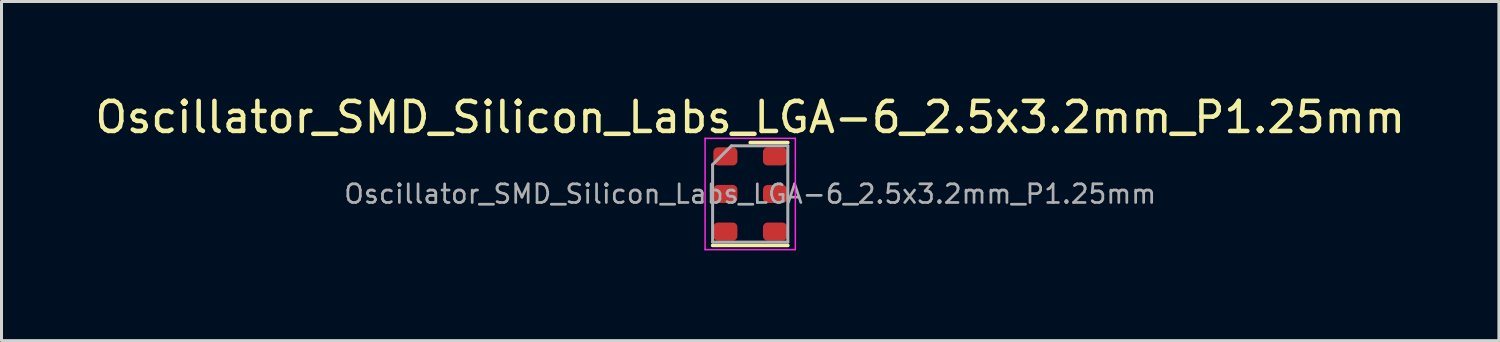
<source format=kicad_pcb>
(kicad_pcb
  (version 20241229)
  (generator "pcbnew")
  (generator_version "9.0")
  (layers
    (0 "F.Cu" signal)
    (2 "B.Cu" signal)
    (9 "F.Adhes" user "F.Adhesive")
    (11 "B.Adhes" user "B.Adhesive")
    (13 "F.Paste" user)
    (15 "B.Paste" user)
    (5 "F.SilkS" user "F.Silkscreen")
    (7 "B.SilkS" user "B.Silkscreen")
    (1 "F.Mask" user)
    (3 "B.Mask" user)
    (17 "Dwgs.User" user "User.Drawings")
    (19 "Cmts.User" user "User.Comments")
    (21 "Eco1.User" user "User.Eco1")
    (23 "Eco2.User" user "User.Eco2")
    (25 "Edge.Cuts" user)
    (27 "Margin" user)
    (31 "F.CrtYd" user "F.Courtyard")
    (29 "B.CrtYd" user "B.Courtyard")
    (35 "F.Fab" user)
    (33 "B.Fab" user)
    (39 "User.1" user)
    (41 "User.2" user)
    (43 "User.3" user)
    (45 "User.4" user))
  (footprint "Oscillator_SMD_Silicon_Labs_LGA-6_2.5x3.2mm_P1.25mm"
    (layer "F.Cu")
    (at 21.887 3.398)
    (property "Reference" "Oscillator_SMD_Silicon_Labs_LGA-6_2.5x3.2mm_P1.25mm" (at 0 -2.55 0) (layer "F.SilkS") (effects (font (size 1 1) (thickness 0.15))))
    (attr smd)
    (fp_line (start -1.25 1.71) (end 1.25 1.71) (stroke (width 0.12) (type solid)) (layer "F.SilkS"))
    (fp_line (start 0 -1.71) (end 1.25 -1.71) (stroke (width 0.12) (type solid)) (layer "F.SilkS"))
    (fp_line (start -1.5 -1.85) (end -1.5 1.85) (stroke (width 0.05) (type solid)) (layer "F.CrtYd"))
    (fp_line (start -1.5 1.85) (end 1.5 1.85) (stroke (width 0.05) (type solid)) (layer "F.CrtYd"))
    (fp_line (start 1.5 -1.85) (end -1.5 -1.85) (stroke (width 0.05) (type solid)) (layer "F.CrtYd"))
    (fp_line (start 1.5 1.85) (end 1.5 -1.85) (stroke (width 0.05) (type solid)) (layer "F.CrtYd"))
    (fp_line (start -1.25 -0.975) (end -0.625 -1.6) (stroke (width 0.1) (type solid)) (layer "F.Fab"))
    (fp_line (start -1.25 1.6) (end -1.25 -0.975) (stroke (width 0.1) (type solid)) (layer "F.Fab"))
    (fp_line (start -0.625 -1.6) (end 1.25 -1.6) (stroke (width 0.1) (type solid)) (layer "F.Fab"))
    (fp_line (start 1.25 -1.6) (end 1.25 1.6) (stroke (width 0.1) (type solid)) (layer "F.Fab"))
    (fp_line (start 1.25 1.6) (end -1.25 1.6) (stroke (width 0.1) (type solid)) (layer "F.Fab"))
    (fp_text user "${REFERENCE}" (at 0 0 0) (layer "F.Fab") (effects (font (size 0.62 0.62) (thickness 0.09))))
    (pad "1" smd roundrect (at -0.825 -1.25) (size 0.8 0.6) (layers "F.Cu" "F.Mask" "F.Paste") (roundrect_rratio 0.25))
    (pad "2" smd roundrect (at -0.825 0) (size 0.8 0.6) (layers "F.Cu" "F.Mask" "F.Paste") (roundrect_rratio 0.25))
    (pad "3" smd roundrect (at -0.825 1.25) (size 0.8 0.6) (layers "F.Cu" "F.Mask" "F.Paste") (roundrect_rratio 0.25))
    (pad "4" smd roundrect (at 0.825 1.25) (size 0.8 0.6) (layers "F.Cu" "F.Mask" "F.Paste") (roundrect_rratio 0.25))
    (pad "5" smd roundrect (at 0.825 0) (size 0.8 0.6) (layers "F.Cu" "F.Mask" "F.Paste") (roundrect_rratio 0.25))
    (pad "6" smd roundrect (at 0.825 -1.25) (size 0.8 0.6) (layers "F.Cu" "F.Mask" "F.Paste") (roundrect_rratio 0.25)))
  (gr_rect
    (start -3 -3)
    (end 46.774 8.273)
    (stroke (width 0.1) (type default))
    (fill no)
    (layer "Edge.Cuts")))
</source>
